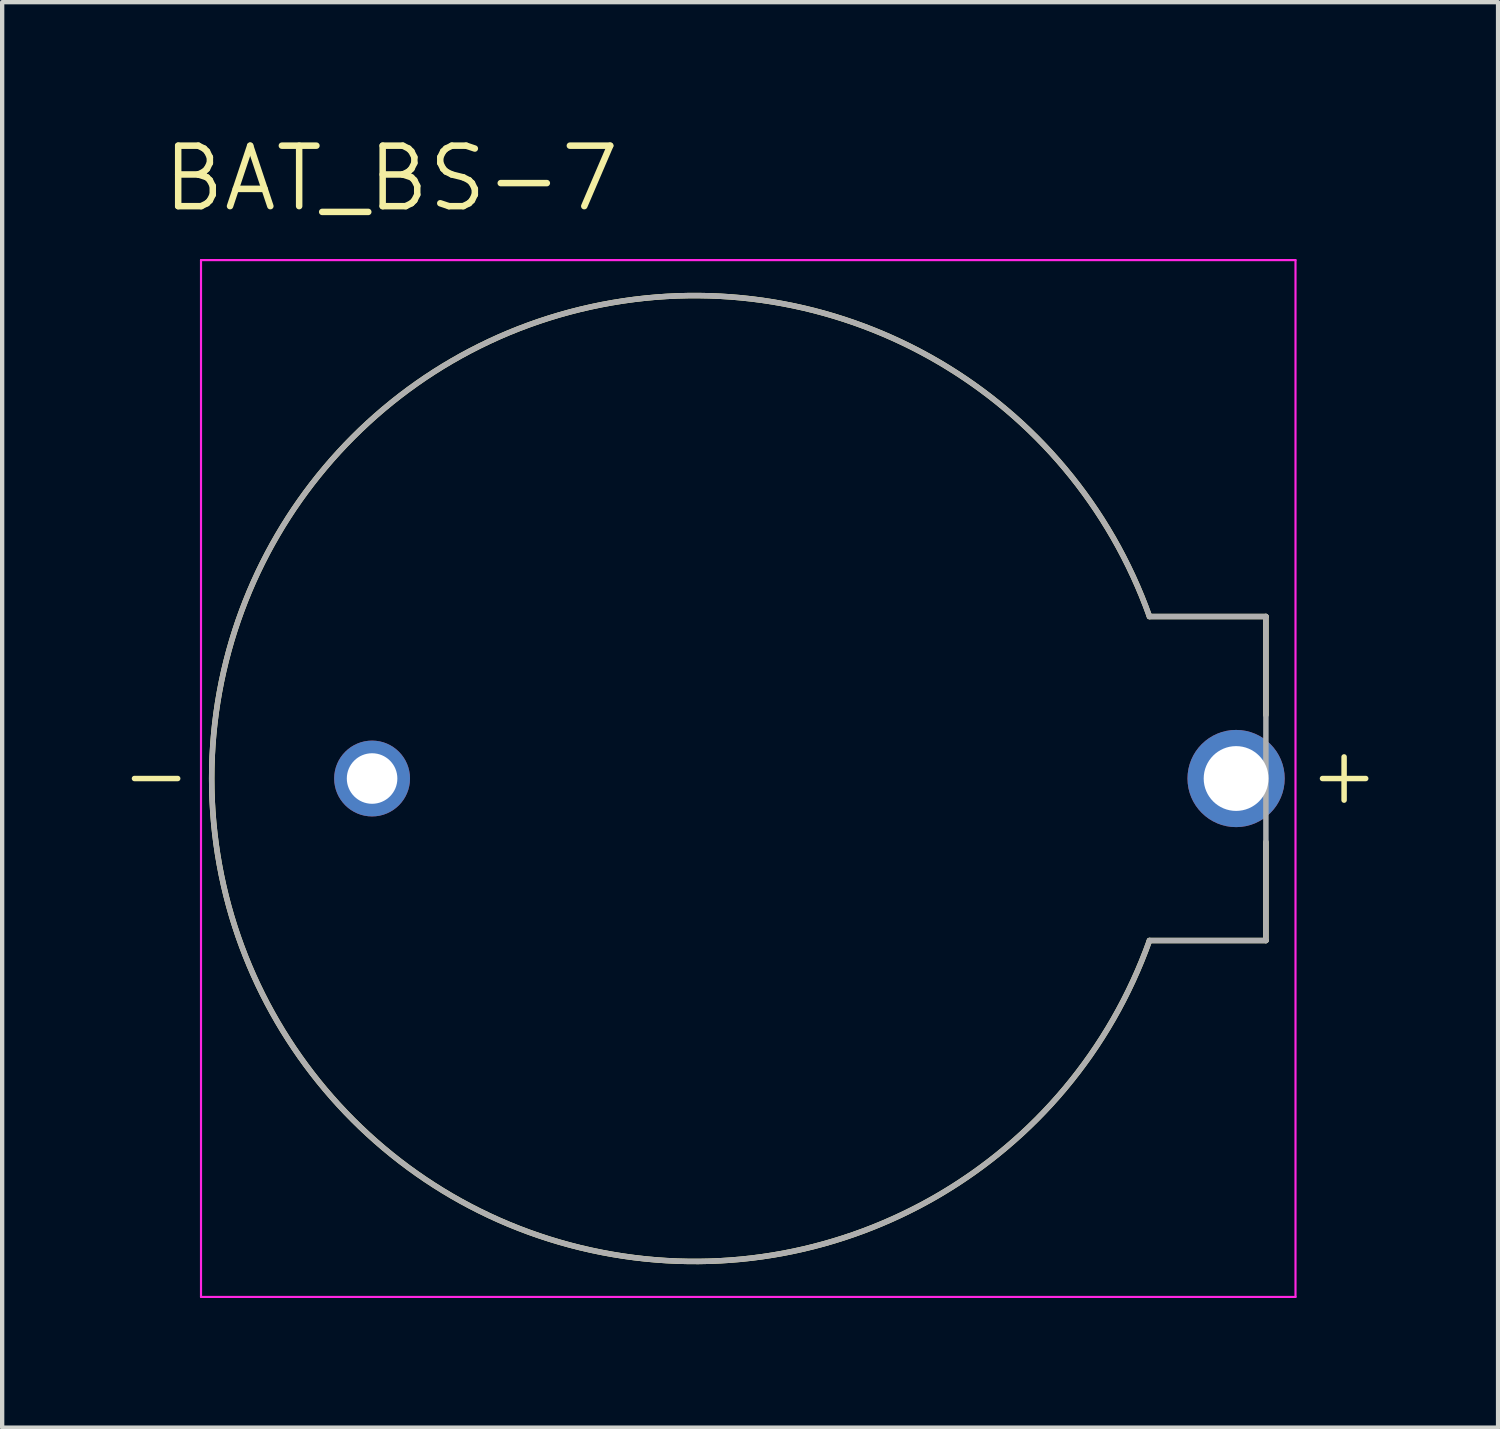
<source format=kicad_pcb>
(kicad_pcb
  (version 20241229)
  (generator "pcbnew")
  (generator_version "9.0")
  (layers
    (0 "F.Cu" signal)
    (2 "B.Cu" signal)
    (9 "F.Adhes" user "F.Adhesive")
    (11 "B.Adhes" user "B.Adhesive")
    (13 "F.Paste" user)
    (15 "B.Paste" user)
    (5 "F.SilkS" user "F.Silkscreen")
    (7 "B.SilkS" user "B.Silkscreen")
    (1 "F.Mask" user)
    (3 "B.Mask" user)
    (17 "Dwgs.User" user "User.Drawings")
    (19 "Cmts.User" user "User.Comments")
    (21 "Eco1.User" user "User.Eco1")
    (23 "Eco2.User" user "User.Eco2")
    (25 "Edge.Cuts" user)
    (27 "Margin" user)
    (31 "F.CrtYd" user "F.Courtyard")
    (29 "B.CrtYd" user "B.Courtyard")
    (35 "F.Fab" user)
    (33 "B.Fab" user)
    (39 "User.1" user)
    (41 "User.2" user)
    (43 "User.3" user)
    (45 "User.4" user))
  (footprint "BAT_BS-7"
    (layer "F.Cu")
    (at 15.563 14.971)
    (property "Reference" "BAT_BS-7" (at -9.555 -13.889 0) (layer "F.SilkS") (effects (font (size 1.4 1.4) (thickness 0.15))))
    (attr through_hole)
    (fp_line (start -15.5 0) (end -14.5 0) (stroke (width 0.127) (type solid)) (layer "F.SilkS"))
    (fp_line (start 10.69 -3.75) (end 7.995 -3.75) (stroke (width 0.127) (type solid)) (layer "F.SilkS"))
    (fp_line (start 10.69 -3.75) (end 10.69 -1.47) (stroke (width 0.127) (type solid)) (layer "F.SilkS"))
    (fp_line (start 10.69 3.75) (end 7.995 3.75) (stroke (width 0.127) (type solid)) (layer "F.SilkS"))
    (fp_line (start 10.69 3.75) (end 10.69 1.47) (stroke (width 0.127) (type solid)) (layer "F.SilkS"))
    (fp_line (start 12 0) (end 13 0) (stroke (width 0.127) (type solid)) (layer "F.SilkS"))
    (fp_line (start 12.5 -0.5) (end 12.5 0.5) (stroke (width 0.127) (type solid)) (layer "F.SilkS"))
    (fp_arc (start 7.995 3.75) (mid -13.712925 0) (end 7.995 -3.75) (stroke (width 0.127) (type solid)) (layer "F.SilkS"))
    (fp_line (start -13.96 -12) (end 11.375 -12) (stroke (width 0.05) (type solid)) (layer "F.CrtYd"))
    (fp_line (start -13.96 12) (end -13.96 -12) (stroke (width 0.05) (type solid)) (layer "F.CrtYd"))
    (fp_line (start 11.375 -12) (end 11.375 12) (stroke (width 0.05) (type solid)) (layer "F.CrtYd"))
    (fp_line (start 11.375 12) (end -13.96 12) (stroke (width 0.05) (type solid)) (layer "F.CrtYd"))
    (fp_line (start 10.69 -3.75) (end 7.995 -3.75) (stroke (width 0.127) (type solid)) (layer "F.Fab"))
    (fp_line (start 10.69 -3.75) (end 10.69 3.75) (stroke (width 0.127) (type solid)) (layer "F.Fab"))
    (fp_line (start 10.69 3.75) (end 7.995 3.75) (stroke (width 0.127) (type solid)) (layer "F.Fab"))
    (fp_arc (start 7.995 3.75) (mid -13.712925 0) (end 7.995 -3.75) (stroke (width 0.127) (type solid)) (layer "F.Fab"))
    (pad "+" thru_hole circle (at 10 0) (size 2.25 2.25) (drill 1.5) (layers "*.Cu" "*.Mask"))
    (pad "-" thru_hole circle (at -10 0) (size 1.755 1.755) (drill 1.17) (layers "*.Cu" "*.Mask")))
  (gr_rect
    (start -3 -3)
    (end 31.627 29.996)
    (stroke (width 0.1) (type default))
    (fill no)
    (layer "Edge.Cuts")))
</source>
